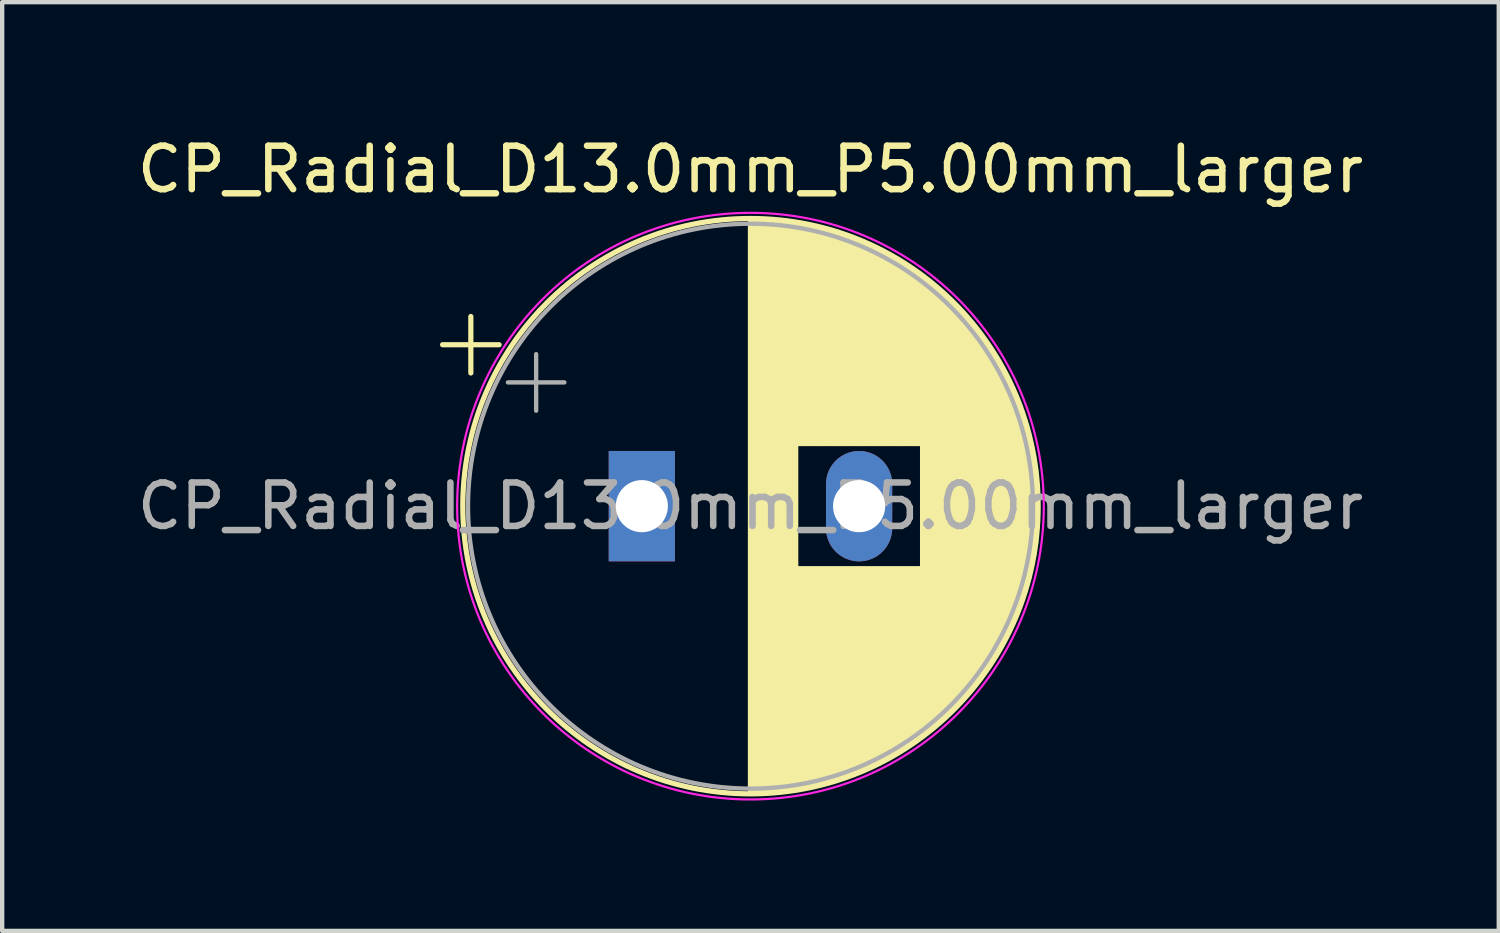
<source format=kicad_pcb>
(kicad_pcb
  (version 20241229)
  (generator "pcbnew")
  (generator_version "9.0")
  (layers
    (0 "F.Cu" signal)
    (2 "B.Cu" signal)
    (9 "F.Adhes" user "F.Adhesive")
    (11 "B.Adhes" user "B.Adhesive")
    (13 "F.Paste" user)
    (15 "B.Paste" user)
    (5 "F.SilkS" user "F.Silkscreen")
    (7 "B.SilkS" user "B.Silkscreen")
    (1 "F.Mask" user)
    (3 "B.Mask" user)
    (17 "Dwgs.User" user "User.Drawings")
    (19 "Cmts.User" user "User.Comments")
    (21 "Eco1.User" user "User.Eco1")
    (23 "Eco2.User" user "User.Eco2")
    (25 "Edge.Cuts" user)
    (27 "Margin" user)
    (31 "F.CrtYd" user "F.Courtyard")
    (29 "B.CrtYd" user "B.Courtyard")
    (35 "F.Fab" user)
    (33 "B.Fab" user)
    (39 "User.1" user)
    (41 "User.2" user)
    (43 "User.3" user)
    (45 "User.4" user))
  (footprint "CP_Radial_D13.0mm_P5.00mm_larger"
    (layer "F.Cu")
    (at 11.72 8.598)
    (property "Reference" "CP_Radial_D13.0mm_P5.00mm_larger" (at 2.5 -7.75 0) (layer "F.SilkS") (effects (font (size 1 1) (thickness 0.15))))
    (attr through_hole)
    (fp_line (start -4.585 -3.715) (end -3.285 -3.715) (stroke (width 0.12) (type solid)) (layer "F.SilkS"))
    (fp_line (start -3.935 -4.365) (end -3.935 -3.065) (stroke (width 0.12) (type solid)) (layer "F.SilkS"))
    (fp_line (start 2.5 -6.58) (end 2.5 6.58) (stroke (width 0.12) (type solid)) (layer "F.SilkS"))
    (fp_line (start 2.54 -6.58) (end 2.54 6.58) (stroke (width 0.12) (type solid)) (layer "F.SilkS"))
    (fp_line (start 2.58 -6.58) (end 2.58 6.58) (stroke (width 0.12) (type solid)) (layer "F.SilkS"))
    (fp_line (start 2.62 -6.579) (end 2.62 6.579) (stroke (width 0.12) (type solid)) (layer "F.SilkS"))
    (fp_line (start 2.66 -6.579) (end 2.66 6.579) (stroke (width 0.12) (type solid)) (layer "F.SilkS"))
    (fp_line (start 2.7 -6.577) (end 2.7 6.577) (stroke (width 0.12) (type solid)) (layer "F.SilkS"))
    (fp_line (start 2.74 -6.576) (end 2.74 6.576) (stroke (width 0.12) (type solid)) (layer "F.SilkS"))
    (fp_line (start 2.78 -6.575) (end 2.78 6.575) (stroke (width 0.12) (type solid)) (layer "F.SilkS"))
    (fp_line (start 2.82 -6.573) (end 2.82 6.573) (stroke (width 0.12) (type solid)) (layer "F.SilkS"))
    (fp_line (start 2.86 -6.571) (end 2.86 6.571) (stroke (width 0.12) (type solid)) (layer "F.SilkS"))
    (fp_line (start 2.9 -6.568) (end 2.9 6.568) (stroke (width 0.12) (type solid)) (layer "F.SilkS"))
    (fp_line (start 2.94 -6.566) (end 2.94 6.566) (stroke (width 0.12) (type solid)) (layer "F.SilkS"))
    (fp_line (start 2.98 -6.563) (end 2.98 6.563) (stroke (width 0.12) (type solid)) (layer "F.SilkS"))
    (fp_line (start 3.02 -6.56) (end 3.02 6.56) (stroke (width 0.12) (type solid)) (layer "F.SilkS"))
    (fp_line (start 3.06 -6.557) (end 3.06 6.557) (stroke (width 0.12) (type solid)) (layer "F.SilkS"))
    (fp_line (start 3.1 -6.553) (end 3.1 6.553) (stroke (width 0.12) (type solid)) (layer "F.SilkS"))
    (fp_line (start 3.14 -6.549) (end 3.14 6.549) (stroke (width 0.12) (type solid)) (layer "F.SilkS"))
    (fp_line (start 3.18 -6.545) (end 3.18 6.545) (stroke (width 0.12) (type solid)) (layer "F.SilkS"))
    (fp_line (start 3.221 -6.541) (end 3.221 6.541) (stroke (width 0.12) (type solid)) (layer "F.SilkS"))
    (fp_line (start 3.261 -6.537) (end 3.261 6.537) (stroke (width 0.12) (type solid)) (layer "F.SilkS"))
    (fp_line (start 3.301 -6.532) (end 3.301 6.532) (stroke (width 0.12) (type solid)) (layer "F.SilkS"))
    (fp_line (start 3.341 -6.527) (end 3.341 6.527) (stroke (width 0.12) (type solid)) (layer "F.SilkS"))
    (fp_line (start 3.381 -6.522) (end 3.381 6.522) (stroke (width 0.12) (type solid)) (layer "F.SilkS"))
    (fp_line (start 3.421 -6.516) (end 3.421 6.516) (stroke (width 0.12) (type solid)) (layer "F.SilkS"))
    (fp_line (start 3.461 -6.511) (end 3.461 6.511) (stroke (width 0.12) (type solid)) (layer "F.SilkS"))
    (fp_line (start 3.501 -6.505) (end 3.501 6.505) (stroke (width 0.12) (type solid)) (layer "F.SilkS"))
    (fp_line (start 3.541 -6.498) (end 3.541 6.498) (stroke (width 0.12) (type solid)) (layer "F.SilkS"))
    (fp_line (start 3.581 -6.492) (end 3.581 -1.44) (stroke (width 0.12) (type solid)) (layer "F.SilkS"))
    (fp_line (start 3.581 1.44) (end 3.581 6.492) (stroke (width 0.12) (type solid)) (layer "F.SilkS"))
    (fp_line (start 3.621 -6.485) (end 3.621 -1.44) (stroke (width 0.12) (type solid)) (layer "F.SilkS"))
    (fp_line (start 3.621 1.44) (end 3.621 6.485) (stroke (width 0.12) (type solid)) (layer "F.SilkS"))
    (fp_line (start 3.661 -6.478) (end 3.661 -1.44) (stroke (width 0.12) (type solid)) (layer "F.SilkS"))
    (fp_line (start 3.661 1.44) (end 3.661 6.478) (stroke (width 0.12) (type solid)) (layer "F.SilkS"))
    (fp_line (start 3.701 -6.471) (end 3.701 -1.44) (stroke (width 0.12) (type solid)) (layer "F.SilkS"))
    (fp_line (start 3.701 1.44) (end 3.701 6.471) (stroke (width 0.12) (type solid)) (layer "F.SilkS"))
    (fp_line (start 3.741 -6.463) (end 3.741 -1.44) (stroke (width 0.12) (type solid)) (layer "F.SilkS"))
    (fp_line (start 3.741 1.44) (end 3.741 6.463) (stroke (width 0.12) (type solid)) (layer "F.SilkS"))
    (fp_line (start 3.781 -6.456) (end 3.781 -1.44) (stroke (width 0.12) (type solid)) (layer "F.SilkS"))
    (fp_line (start 3.781 1.44) (end 3.781 6.456) (stroke (width 0.12) (type solid)) (layer "F.SilkS"))
    (fp_line (start 3.821 -6.448) (end 3.821 -1.44) (stroke (width 0.12) (type solid)) (layer "F.SilkS"))
    (fp_line (start 3.821 1.44) (end 3.821 6.448) (stroke (width 0.12) (type solid)) (layer "F.SilkS"))
    (fp_line (start 3.861 -6.439) (end 3.861 -1.44) (stroke (width 0.12) (type solid)) (layer "F.SilkS"))
    (fp_line (start 3.861 1.44) (end 3.861 6.439) (stroke (width 0.12) (type solid)) (layer "F.SilkS"))
    (fp_line (start 3.901 -6.431) (end 3.901 -1.44) (stroke (width 0.12) (type solid)) (layer "F.SilkS"))
    (fp_line (start 3.901 1.44) (end 3.901 6.431) (stroke (width 0.12) (type solid)) (layer "F.SilkS"))
    (fp_line (start 3.941 -6.422) (end 3.941 -1.44) (stroke (width 0.12) (type solid)) (layer "F.SilkS"))
    (fp_line (start 3.941 1.44) (end 3.941 6.422) (stroke (width 0.12) (type solid)) (layer "F.SilkS"))
    (fp_line (start 3.981 -6.413) (end 3.981 -1.44) (stroke (width 0.12) (type solid)) (layer "F.SilkS"))
    (fp_line (start 3.981 1.44) (end 3.981 6.413) (stroke (width 0.12) (type solid)) (layer "F.SilkS"))
    (fp_line (start 4.021 -6.404) (end 4.021 -1.44) (stroke (width 0.12) (type solid)) (layer "F.SilkS"))
    (fp_line (start 4.021 1.44) (end 4.021 6.404) (stroke (width 0.12) (type solid)) (layer "F.SilkS"))
    (fp_line (start 4.061 -6.394) (end 4.061 -1.44) (stroke (width 0.12) (type solid)) (layer "F.SilkS"))
    (fp_line (start 4.061 1.44) (end 4.061 6.394) (stroke (width 0.12) (type solid)) (layer "F.SilkS"))
    (fp_line (start 4.101 -6.384) (end 4.101 -1.44) (stroke (width 0.12) (type solid)) (layer "F.SilkS"))
    (fp_line (start 4.101 1.44) (end 4.101 6.384) (stroke (width 0.12) (type solid)) (layer "F.SilkS"))
    (fp_line (start 4.141 -6.374) (end 4.141 -1.44) (stroke (width 0.12) (type solid)) (layer "F.SilkS"))
    (fp_line (start 4.141 1.44) (end 4.141 6.374) (stroke (width 0.12) (type solid)) (layer "F.SilkS"))
    (fp_line (start 4.181 -6.364) (end 4.181 -1.44) (stroke (width 0.12) (type solid)) (layer "F.SilkS"))
    (fp_line (start 4.181 1.44) (end 4.181 6.364) (stroke (width 0.12) (type solid)) (layer "F.SilkS"))
    (fp_line (start 4.221 -6.353) (end 4.221 -1.44) (stroke (width 0.12) (type solid)) (layer "F.SilkS"))
    (fp_line (start 4.221 1.44) (end 4.221 6.353) (stroke (width 0.12) (type solid)) (layer "F.SilkS"))
    (fp_line (start 4.261 -6.342) (end 4.261 -1.44) (stroke (width 0.12) (type solid)) (layer "F.SilkS"))
    (fp_line (start 4.261 1.44) (end 4.261 6.342) (stroke (width 0.12) (type solid)) (layer "F.SilkS"))
    (fp_line (start 4.301 -6.331) (end 4.301 -1.44) (stroke (width 0.12) (type solid)) (layer "F.SilkS"))
    (fp_line (start 4.301 1.44) (end 4.301 6.331) (stroke (width 0.12) (type solid)) (layer "F.SilkS"))
    (fp_line (start 4.341 -6.32) (end 4.341 -1.44) (stroke (width 0.12) (type solid)) (layer "F.SilkS"))
    (fp_line (start 4.341 1.44) (end 4.341 6.32) (stroke (width 0.12) (type solid)) (layer "F.SilkS"))
    (fp_line (start 4.381 -6.308) (end 4.381 -1.44) (stroke (width 0.12) (type solid)) (layer "F.SilkS"))
    (fp_line (start 4.381 1.44) (end 4.381 6.308) (stroke (width 0.12) (type solid)) (layer "F.SilkS"))
    (fp_line (start 4.421 -6.296) (end 4.421 -1.44) (stroke (width 0.12) (type solid)) (layer "F.SilkS"))
    (fp_line (start 4.421 1.44) (end 4.421 6.296) (stroke (width 0.12) (type solid)) (layer "F.SilkS"))
    (fp_line (start 4.461 -6.284) (end 4.461 -1.44) (stroke (width 0.12) (type solid)) (layer "F.SilkS"))
    (fp_line (start 4.461 1.44) (end 4.461 6.284) (stroke (width 0.12) (type solid)) (layer "F.SilkS"))
    (fp_line (start 4.501 -6.271) (end 4.501 -1.44) (stroke (width 0.12) (type solid)) (layer "F.SilkS"))
    (fp_line (start 4.501 1.44) (end 4.501 6.271) (stroke (width 0.12) (type solid)) (layer "F.SilkS"))
    (fp_line (start 4.541 -6.258) (end 4.541 -1.44) (stroke (width 0.12) (type solid)) (layer "F.SilkS"))
    (fp_line (start 4.541 1.44) (end 4.541 6.258) (stroke (width 0.12) (type solid)) (layer "F.SilkS"))
    (fp_line (start 4.581 -6.245) (end 4.581 -1.44) (stroke (width 0.12) (type solid)) (layer "F.SilkS"))
    (fp_line (start 4.581 1.44) (end 4.581 6.245) (stroke (width 0.12) (type solid)) (layer "F.SilkS"))
    (fp_line (start 4.621 -6.232) (end 4.621 -1.44) (stroke (width 0.12) (type solid)) (layer "F.SilkS"))
    (fp_line (start 4.621 1.44) (end 4.621 6.232) (stroke (width 0.12) (type solid)) (layer "F.SilkS"))
    (fp_line (start 4.661 -6.218) (end 4.661 -1.44) (stroke (width 0.12) (type solid)) (layer "F.SilkS"))
    (fp_line (start 4.661 1.44) (end 4.661 6.218) (stroke (width 0.12) (type solid)) (layer "F.SilkS"))
    (fp_line (start 4.701 -6.204) (end 4.701 -1.44) (stroke (width 0.12) (type solid)) (layer "F.SilkS"))
    (fp_line (start 4.701 1.44) (end 4.701 6.204) (stroke (width 0.12) (type solid)) (layer "F.SilkS"))
    (fp_line (start 4.741 -6.19) (end 4.741 -1.44) (stroke (width 0.12) (type solid)) (layer "F.SilkS"))
    (fp_line (start 4.741 1.44) (end 4.741 6.19) (stroke (width 0.12) (type solid)) (layer "F.SilkS"))
    (fp_line (start 4.781 -6.175) (end 4.781 -1.44) (stroke (width 0.12) (type solid)) (layer "F.SilkS"))
    (fp_line (start 4.781 1.44) (end 4.781 6.175) (stroke (width 0.12) (type solid)) (layer "F.SilkS"))
    (fp_line (start 4.821 -6.161) (end 4.821 -1.44) (stroke (width 0.12) (type solid)) (layer "F.SilkS"))
    (fp_line (start 4.821 1.44) (end 4.821 6.161) (stroke (width 0.12) (type solid)) (layer "F.SilkS"))
    (fp_line (start 4.861 -6.146) (end 4.861 -1.44) (stroke (width 0.12) (type solid)) (layer "F.SilkS"))
    (fp_line (start 4.861 1.44) (end 4.861 6.146) (stroke (width 0.12) (type solid)) (layer "F.SilkS"))
    (fp_line (start 4.901 -6.13) (end 4.901 -1.44) (stroke (width 0.12) (type solid)) (layer "F.SilkS"))
    (fp_line (start 4.901 1.44) (end 4.901 6.13) (stroke (width 0.12) (type solid)) (layer "F.SilkS"))
    (fp_line (start 4.941 -6.114) (end 4.941 -1.44) (stroke (width 0.12) (type solid)) (layer "F.SilkS"))
    (fp_line (start 4.941 1.44) (end 4.941 6.114) (stroke (width 0.12) (type solid)) (layer "F.SilkS"))
    (fp_line (start 4.981 -6.098) (end 4.981 -1.44) (stroke (width 0.12) (type solid)) (layer "F.SilkS"))
    (fp_line (start 4.981 1.44) (end 4.981 6.098) (stroke (width 0.12) (type solid)) (layer "F.SilkS"))
    (fp_line (start 5.021 -6.082) (end 5.021 -1.44) (stroke (width 0.12) (type solid)) (layer "F.SilkS"))
    (fp_line (start 5.021 1.44) (end 5.021 6.082) (stroke (width 0.12) (type solid)) (layer "F.SilkS"))
    (fp_line (start 5.061 -6.065) (end 5.061 -1.44) (stroke (width 0.12) (type solid)) (layer "F.SilkS"))
    (fp_line (start 5.061 1.44) (end 5.061 6.065) (stroke (width 0.12) (type solid)) (layer "F.SilkS"))
    (fp_line (start 5.101 -6.049) (end 5.101 -1.44) (stroke (width 0.12) (type solid)) (layer "F.SilkS"))
    (fp_line (start 5.101 1.44) (end 5.101 6.049) (stroke (width 0.12) (type solid)) (layer "F.SilkS"))
    (fp_line (start 5.141 -6.031) (end 5.141 -1.44) (stroke (width 0.12) (type solid)) (layer "F.SilkS"))
    (fp_line (start 5.141 1.44) (end 5.141 6.031) (stroke (width 0.12) (type solid)) (layer "F.SilkS"))
    (fp_line (start 5.181 -6.014) (end 5.181 -1.44) (stroke (width 0.12) (type solid)) (layer "F.SilkS"))
    (fp_line (start 5.181 1.44) (end 5.181 6.014) (stroke (width 0.12) (type solid)) (layer "F.SilkS"))
    (fp_line (start 5.221 -5.996) (end 5.221 -1.44) (stroke (width 0.12) (type solid)) (layer "F.SilkS"))
    (fp_line (start 5.221 1.44) (end 5.221 5.996) (stroke (width 0.12) (type solid)) (layer "F.SilkS"))
    (fp_line (start 5.261 -5.978) (end 5.261 -1.44) (stroke (width 0.12) (type solid)) (layer "F.SilkS"))
    (fp_line (start 5.261 1.44) (end 5.261 5.978) (stroke (width 0.12) (type solid)) (layer "F.SilkS"))
    (fp_line (start 5.301 -5.959) (end 5.301 -1.44) (stroke (width 0.12) (type solid)) (layer "F.SilkS"))
    (fp_line (start 5.301 1.44) (end 5.301 5.959) (stroke (width 0.12) (type solid)) (layer "F.SilkS"))
    (fp_line (start 5.341 -5.94) (end 5.341 -1.44) (stroke (width 0.12) (type solid)) (layer "F.SilkS"))
    (fp_line (start 5.341 1.44) (end 5.341 5.94) (stroke (width 0.12) (type solid)) (layer "F.SilkS"))
    (fp_line (start 5.381 -5.921) (end 5.381 -1.44) (stroke (width 0.12) (type solid)) (layer "F.SilkS"))
    (fp_line (start 5.381 1.44) (end 5.381 5.921) (stroke (width 0.12) (type solid)) (layer "F.SilkS"))
    (fp_line (start 5.421 -5.902) (end 5.421 -1.44) (stroke (width 0.12) (type solid)) (layer "F.SilkS"))
    (fp_line (start 5.421 1.44) (end 5.421 5.902) (stroke (width 0.12) (type solid)) (layer "F.SilkS"))
    (fp_line (start 5.461 -5.882) (end 5.461 -1.44) (stroke (width 0.12) (type solid)) (layer "F.SilkS"))
    (fp_line (start 5.461 1.44) (end 5.461 5.882) (stroke (width 0.12) (type solid)) (layer "F.SilkS"))
    (fp_line (start 5.501 -5.862) (end 5.501 -1.44) (stroke (width 0.12) (type solid)) (layer "F.SilkS"))
    (fp_line (start 5.501 1.44) (end 5.501 5.862) (stroke (width 0.12) (type solid)) (layer "F.SilkS"))
    (fp_line (start 5.541 -5.841) (end 5.541 -1.44) (stroke (width 0.12) (type solid)) (layer "F.SilkS"))
    (fp_line (start 5.541 1.44) (end 5.541 5.841) (stroke (width 0.12) (type solid)) (layer "F.SilkS"))
    (fp_line (start 5.581 -5.82) (end 5.581 -1.44) (stroke (width 0.12) (type solid)) (layer "F.SilkS"))
    (fp_line (start 5.581 1.44) (end 5.581 5.82) (stroke (width 0.12) (type solid)) (layer "F.SilkS"))
    (fp_line (start 5.621 -5.799) (end 5.621 -1.44) (stroke (width 0.12) (type solid)) (layer "F.SilkS"))
    (fp_line (start 5.621 1.44) (end 5.621 5.799) (stroke (width 0.12) (type solid)) (layer "F.SilkS"))
    (fp_line (start 5.661 -5.778) (end 5.661 -1.44) (stroke (width 0.12) (type solid)) (layer "F.SilkS"))
    (fp_line (start 5.661 1.44) (end 5.661 5.778) (stroke (width 0.12) (type solid)) (layer "F.SilkS"))
    (fp_line (start 5.701 -5.756) (end 5.701 -1.44) (stroke (width 0.12) (type solid)) (layer "F.SilkS"))
    (fp_line (start 5.701 1.44) (end 5.701 5.756) (stroke (width 0.12) (type solid)) (layer "F.SilkS"))
    (fp_line (start 5.741 -5.733) (end 5.741 -1.44) (stroke (width 0.12) (type solid)) (layer "F.SilkS"))
    (fp_line (start 5.741 1.44) (end 5.741 5.733) (stroke (width 0.12) (type solid)) (layer "F.SilkS"))
    (fp_line (start 5.781 -5.711) (end 5.781 -1.44) (stroke (width 0.12) (type solid)) (layer "F.SilkS"))
    (fp_line (start 5.781 1.44) (end 5.781 5.711) (stroke (width 0.12) (type solid)) (layer "F.SilkS"))
    (fp_line (start 5.821 -5.688) (end 5.821 -1.44) (stroke (width 0.12) (type solid)) (layer "F.SilkS"))
    (fp_line (start 5.821 1.44) (end 5.821 5.688) (stroke (width 0.12) (type solid)) (layer "F.SilkS"))
    (fp_line (start 5.861 -5.664) (end 5.861 -1.44) (stroke (width 0.12) (type solid)) (layer "F.SilkS"))
    (fp_line (start 5.861 1.44) (end 5.861 5.664) (stroke (width 0.12) (type solid)) (layer "F.SilkS"))
    (fp_line (start 5.901 -5.641) (end 5.901 -1.44) (stroke (width 0.12) (type solid)) (layer "F.SilkS"))
    (fp_line (start 5.901 1.44) (end 5.901 5.641) (stroke (width 0.12) (type solid)) (layer "F.SilkS"))
    (fp_line (start 5.941 -5.617) (end 5.941 -1.44) (stroke (width 0.12) (type solid)) (layer "F.SilkS"))
    (fp_line (start 5.941 1.44) (end 5.941 5.617) (stroke (width 0.12) (type solid)) (layer "F.SilkS"))
    (fp_line (start 5.981 -5.592) (end 5.981 -1.44) (stroke (width 0.12) (type solid)) (layer "F.SilkS"))
    (fp_line (start 5.981 1.44) (end 5.981 5.592) (stroke (width 0.12) (type solid)) (layer "F.SilkS"))
    (fp_line (start 6.021 -5.567) (end 6.021 -1.44) (stroke (width 0.12) (type solid)) (layer "F.SilkS"))
    (fp_line (start 6.021 1.44) (end 6.021 5.567) (stroke (width 0.12) (type solid)) (layer "F.SilkS"))
    (fp_line (start 6.061 -5.542) (end 6.061 -1.44) (stroke (width 0.12) (type solid)) (layer "F.SilkS"))
    (fp_line (start 6.061 1.44) (end 6.061 5.542) (stroke (width 0.12) (type solid)) (layer "F.SilkS"))
    (fp_line (start 6.101 -5.516) (end 6.101 -1.44) (stroke (width 0.12) (type solid)) (layer "F.SilkS"))
    (fp_line (start 6.101 1.44) (end 6.101 5.516) (stroke (width 0.12) (type solid)) (layer "F.SilkS"))
    (fp_line (start 6.141 -5.49) (end 6.141 -1.44) (stroke (width 0.12) (type solid)) (layer "F.SilkS"))
    (fp_line (start 6.141 1.44) (end 6.141 5.49) (stroke (width 0.12) (type solid)) (layer "F.SilkS"))
    (fp_line (start 6.181 -5.463) (end 6.181 -1.44) (stroke (width 0.12) (type solid)) (layer "F.SilkS"))
    (fp_line (start 6.181 1.44) (end 6.181 5.463) (stroke (width 0.12) (type solid)) (layer "F.SilkS"))
    (fp_line (start 6.221 -5.436) (end 6.221 -1.44) (stroke (width 0.12) (type solid)) (layer "F.SilkS"))
    (fp_line (start 6.221 1.44) (end 6.221 5.436) (stroke (width 0.12) (type solid)) (layer "F.SilkS"))
    (fp_line (start 6.261 -5.409) (end 6.261 -1.44) (stroke (width 0.12) (type solid)) (layer "F.SilkS"))
    (fp_line (start 6.261 1.44) (end 6.261 5.409) (stroke (width 0.12) (type solid)) (layer "F.SilkS"))
    (fp_line (start 6.301 -5.381) (end 6.301 -1.44) (stroke (width 0.12) (type solid)) (layer "F.SilkS"))
    (fp_line (start 6.301 1.44) (end 6.301 5.381) (stroke (width 0.12) (type solid)) (layer "F.SilkS"))
    (fp_line (start 6.341 -5.353) (end 6.341 -1.44) (stroke (width 0.12) (type solid)) (layer "F.SilkS"))
    (fp_line (start 6.341 1.44) (end 6.341 5.353) (stroke (width 0.12) (type solid)) (layer "F.SilkS"))
    (fp_line (start 6.381 -5.324) (end 6.381 -1.44) (stroke (width 0.12) (type solid)) (layer "F.SilkS"))
    (fp_line (start 6.381 1.44) (end 6.381 5.324) (stroke (width 0.12) (type solid)) (layer "F.SilkS"))
    (fp_line (start 6.421 -5.295) (end 6.421 -1.44) (stroke (width 0.12) (type solid)) (layer "F.SilkS"))
    (fp_line (start 6.421 1.44) (end 6.421 5.295) (stroke (width 0.12) (type solid)) (layer "F.SilkS"))
    (fp_line (start 6.461 -5.265) (end 6.461 5.265) (stroke (width 0.12) (type solid)) (layer "F.SilkS"))
    (fp_line (start 6.501 -5.235) (end 6.501 5.235) (stroke (width 0.12) (type solid)) (layer "F.SilkS"))
    (fp_line (start 6.541 -5.205) (end 6.541 5.205) (stroke (width 0.12) (type solid)) (layer "F.SilkS"))
    (fp_line (start 6.581 -5.174) (end 6.581 5.174) (stroke (width 0.12) (type solid)) (layer "F.SilkS"))
    (fp_line (start 6.621 -5.142) (end 6.621 5.142) (stroke (width 0.12) (type solid)) (layer "F.SilkS"))
    (fp_line (start 6.661 -5.11) (end 6.661 5.11) (stroke (width 0.12) (type solid)) (layer "F.SilkS"))
    (fp_line (start 6.701 -5.078) (end 6.701 5.078) (stroke (width 0.12) (type solid)) (layer "F.SilkS"))
    (fp_line (start 6.741 -5.044) (end 6.741 5.044) (stroke (width 0.12) (type solid)) (layer "F.SilkS"))
    (fp_line (start 6.781 -5.011) (end 6.781 5.011) (stroke (width 0.12) (type solid)) (layer "F.SilkS"))
    (fp_line (start 6.821 -4.977) (end 6.821 4.977) (stroke (width 0.12) (type solid)) (layer "F.SilkS"))
    (fp_line (start 6.861 -4.942) (end 6.861 4.942) (stroke (width 0.12) (type solid)) (layer "F.SilkS"))
    (fp_line (start 6.901 -4.907) (end 6.901 4.907) (stroke (width 0.12) (type solid)) (layer "F.SilkS"))
    (fp_line (start 6.941 -4.871) (end 6.941 4.871) (stroke (width 0.12) (type solid)) (layer "F.SilkS"))
    (fp_line (start 6.981 -4.834) (end 6.981 4.834) (stroke (width 0.12) (type solid)) (layer "F.SilkS"))
    (fp_line (start 7.021 -4.797) (end 7.021 4.797) (stroke (width 0.12) (type solid)) (layer "F.SilkS"))
    (fp_line (start 7.061 -4.76) (end 7.061 4.76) (stroke (width 0.12) (type solid)) (layer "F.SilkS"))
    (fp_line (start 7.101 -4.721) (end 7.101 4.721) (stroke (width 0.12) (type solid)) (layer "F.SilkS"))
    (fp_line (start 7.141 -4.682) (end 7.141 4.682) (stroke (width 0.12) (type solid)) (layer "F.SilkS"))
    (fp_line (start 7.181 -4.643) (end 7.181 4.643) (stroke (width 0.12) (type solid)) (layer "F.SilkS"))
    (fp_line (start 7.221 -4.602) (end 7.221 4.602) (stroke (width 0.12) (type solid)) (layer "F.SilkS"))
    (fp_line (start 7.261 -4.561) (end 7.261 4.561) (stroke (width 0.12) (type solid)) (layer "F.SilkS"))
    (fp_line (start 7.301 -4.519) (end 7.301 4.519) (stroke (width 0.12) (type solid)) (layer "F.SilkS"))
    (fp_line (start 7.341 -4.477) (end 7.341 4.477) (stroke (width 0.12) (type solid)) (layer "F.SilkS"))
    (fp_line (start 7.381 -4.434) (end 7.381 4.434) (stroke (width 0.12) (type solid)) (layer "F.SilkS"))
    (fp_line (start 7.421 -4.39) (end 7.421 4.39) (stroke (width 0.12) (type solid)) (layer "F.SilkS"))
    (fp_line (start 7.461 -4.345) (end 7.461 4.345) (stroke (width 0.12) (type solid)) (layer "F.SilkS"))
    (fp_line (start 7.501 -4.299) (end 7.501 4.299) (stroke (width 0.12) (type solid)) (layer "F.SilkS"))
    (fp_line (start 7.541 -4.253) (end 7.541 4.253) (stroke (width 0.12) (type solid)) (layer "F.SilkS"))
    (fp_line (start 7.581 -4.205) (end 7.581 4.205) (stroke (width 0.12) (type solid)) (layer "F.SilkS"))
    (fp_line (start 7.621 -4.157) (end 7.621 4.157) (stroke (width 0.12) (type solid)) (layer "F.SilkS"))
    (fp_line (start 7.661 -4.108) (end 7.661 4.108) (stroke (width 0.12) (type solid)) (layer "F.SilkS"))
    (fp_line (start 7.701 -4.057) (end 7.701 4.057) (stroke (width 0.12) (type solid)) (layer "F.SilkS"))
    (fp_line (start 7.741 -4.006) (end 7.741 4.006) (stroke (width 0.12) (type solid)) (layer "F.SilkS"))
    (fp_line (start 7.781 -3.954) (end 7.781 3.954) (stroke (width 0.12) (type solid)) (layer "F.SilkS"))
    (fp_line (start 7.821 -3.9) (end 7.821 3.9) (stroke (width 0.12) (type solid)) (layer "F.SilkS"))
    (fp_line (start 7.861 -3.846) (end 7.861 3.846) (stroke (width 0.12) (type solid)) (layer "F.SilkS"))
    (fp_line (start 7.901 -3.79) (end 7.901 3.79) (stroke (width 0.12) (type solid)) (layer "F.SilkS"))
    (fp_line (start 7.941 -3.733) (end 7.941 3.733) (stroke (width 0.12) (type solid)) (layer "F.SilkS"))
    (fp_line (start 7.981 -3.675) (end 7.981 3.675) (stroke (width 0.12) (type solid)) (layer "F.SilkS"))
    (fp_line (start 8.021 -3.615) (end 8.021 3.615) (stroke (width 0.12) (type solid)) (layer "F.SilkS"))
    (fp_line (start 8.061 -3.554) (end 8.061 3.554) (stroke (width 0.12) (type solid)) (layer "F.SilkS"))
    (fp_line (start 8.101 -3.491) (end 8.101 3.491) (stroke (width 0.12) (type solid)) (layer "F.SilkS"))
    (fp_line (start 8.141 -3.427) (end 8.141 3.427) (stroke (width 0.12) (type solid)) (layer "F.SilkS"))
    (fp_line (start 8.181 -3.361) (end 8.181 3.361) (stroke (width 0.12) (type solid)) (layer "F.SilkS"))
    (fp_line (start 8.221 -3.293) (end 8.221 3.293) (stroke (width 0.12) (type solid)) (layer "F.SilkS"))
    (fp_line (start 8.261 -3.223) (end 8.261 3.223) (stroke (width 0.12) (type solid)) (layer "F.SilkS"))
    (fp_line (start 8.301 -3.152) (end 8.301 3.152) (stroke (width 0.12) (type solid)) (layer "F.SilkS"))
    (fp_line (start 8.341 -3.078) (end 8.341 3.078) (stroke (width 0.12) (type solid)) (layer "F.SilkS"))
    (fp_line (start 8.381 -3.002) (end 8.381 3.002) (stroke (width 0.12) (type solid)) (layer "F.SilkS"))
    (fp_line (start 8.421 -2.923) (end 8.421 2.923) (stroke (width 0.12) (type solid)) (layer "F.SilkS"))
    (fp_line (start 8.461 -2.842) (end 8.461 2.842) (stroke (width 0.12) (type solid)) (layer "F.SilkS"))
    (fp_line (start 8.501 -2.758) (end 8.501 2.758) (stroke (width 0.12) (type solid)) (layer "F.SilkS"))
    (fp_line (start 8.541 -2.67) (end 8.541 2.67) (stroke (width 0.12) (type solid)) (layer "F.SilkS"))
    (fp_line (start 8.581 -2.579) (end 8.581 2.579) (stroke (width 0.12) (type solid)) (layer "F.SilkS"))
    (fp_line (start 8.621 -2.484) (end 8.621 2.484) (stroke (width 0.12) (type solid)) (layer "F.SilkS"))
    (fp_line (start 8.661 -2.385) (end 8.661 2.385) (stroke (width 0.12) (type solid)) (layer "F.SilkS"))
    (fp_line (start 8.701 -2.281) (end 8.701 2.281) (stroke (width 0.12) (type solid)) (layer "F.SilkS"))
    (fp_line (start 8.741 -2.171) (end 8.741 2.171) (stroke (width 0.12) (type solid)) (layer "F.SilkS"))
    (fp_line (start 8.781 -2.055) (end 8.781 2.055) (stroke (width 0.12) (type solid)) (layer "F.SilkS"))
    (fp_line (start 8.821 -1.931) (end 8.821 1.931) (stroke (width 0.12) (type solid)) (layer "F.SilkS"))
    (fp_line (start 8.861 -1.798) (end 8.861 1.798) (stroke (width 0.12) (type solid)) (layer "F.SilkS"))
    (fp_line (start 8.901 -1.653) (end 8.901 1.653) (stroke (width 0.12) (type solid)) (layer "F.SilkS"))
    (fp_line (start 8.941 -1.494) (end 8.941 1.494) (stroke (width 0.12) (type solid)) (layer "F.SilkS"))
    (fp_line (start 8.981 -1.315) (end 8.981 1.315) (stroke (width 0.12) (type solid)) (layer "F.SilkS"))
    (fp_line (start 9.021 -1.107) (end 9.021 1.107) (stroke (width 0.12) (type solid)) (layer "F.SilkS"))
    (fp_line (start 9.061 -0.85) (end 9.061 0.85) (stroke (width 0.12) (type solid)) (layer "F.SilkS"))
    (fp_line (start 9.101 -0.475) (end 9.101 0.475) (stroke (width 0.12) (type solid)) (layer "F.SilkS"))
    (fp_circle (center 2.5 0) (end 9.12 0) (stroke (width 0.12) (type solid)) (fill no) (layer "F.SilkS"))
    (fp_circle (center 2.5 0) (end 9.25 0) (stroke (width 0.05) (type solid)) (fill no) (layer "F.CrtYd"))
    (fp_line (start -3.082 -2.848) (end -1.782 -2.848) (stroke (width 0.1) (type solid)) (layer "F.Fab"))
    (fp_line (start -2.432 -3.498) (end -2.432 -2.197) (stroke (width 0.1) (type solid)) (layer "F.Fab"))
    (fp_circle (center 2.5 0) (end 9 0) (stroke (width 0.1) (type solid)) (fill no) (layer "F.Fab"))
    (fp_text user "${REFERENCE}" (at 2.5 0 0) (layer "F.Fab") (effects (font (size 1 1) (thickness 0.15))))
    (pad "1" thru_hole rect (at 0 0) (size 1.524 2.54) (drill 1.2) (layers "*.Cu" "*.Mask"))
    (pad "2" thru_hole oval (at 5 0) (size 1.524 2.54) (drill 1.2) (layers "*.Cu" "*.Mask")))
  (gr_rect
    (start -3 -3)
    (end 31.44 18.373)
    (stroke (width 0.1) (type default))
    (fill no)
    (layer "Edge.Cuts")))
</source>
